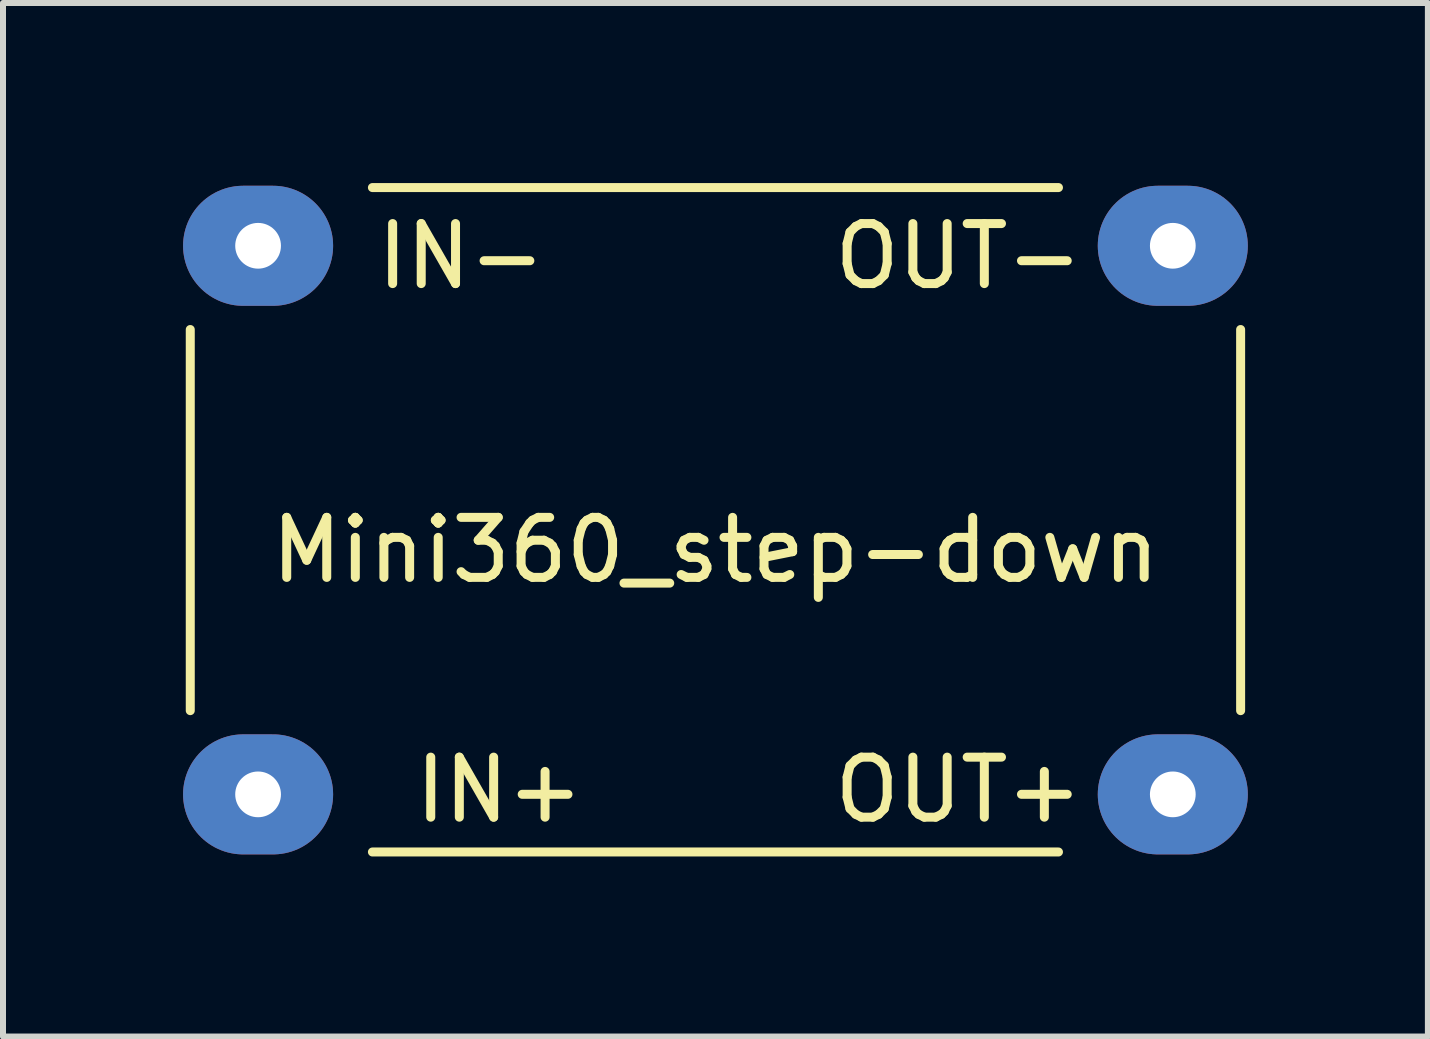
<source format=kicad_pcb>
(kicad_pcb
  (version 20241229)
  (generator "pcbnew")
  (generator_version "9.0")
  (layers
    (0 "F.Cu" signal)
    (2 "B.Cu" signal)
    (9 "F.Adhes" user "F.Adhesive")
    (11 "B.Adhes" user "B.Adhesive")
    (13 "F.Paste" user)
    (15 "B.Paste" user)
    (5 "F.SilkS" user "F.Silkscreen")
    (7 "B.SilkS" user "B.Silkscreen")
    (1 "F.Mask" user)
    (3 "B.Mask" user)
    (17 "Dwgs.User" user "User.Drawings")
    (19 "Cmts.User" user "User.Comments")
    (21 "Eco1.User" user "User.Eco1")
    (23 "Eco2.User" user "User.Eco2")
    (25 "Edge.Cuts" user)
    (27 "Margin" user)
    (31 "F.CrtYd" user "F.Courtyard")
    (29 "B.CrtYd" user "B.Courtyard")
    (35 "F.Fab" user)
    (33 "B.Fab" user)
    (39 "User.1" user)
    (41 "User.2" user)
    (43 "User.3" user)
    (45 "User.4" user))
  (footprint "Mini360_step-down"
    (layer "F.Cu")
    (at 8.87 5.615)
    (property "Reference" "Mini360_step-down" (at 0 0.5 0) (layer "F.SilkS") (effects (font (size 1 1) (thickness 0.15))))
    (attr through_hole)
    (fp_line (start -8.75 -3.175) (end -8.75 3.175) (stroke (width 0.15) (type solid)) (layer "F.SilkS"))
    (fp_line (start -5.715 -5.54) (end 5.715 -5.54) (stroke (width 0.15) (type solid)) (layer "F.SilkS"))
    (fp_line (start 5.715 5.53) (end -5.715 5.53) (stroke (width 0.15) (type solid)) (layer "F.SilkS"))
    (fp_line (start 8.75 3.175) (end 8.75 -3.175) (stroke (width 0.15) (type solid)) (layer "F.SilkS"))
    (fp_text user "IN+" (at -5.08 5.08 0) (unlocked yes) (layer "F.SilkS") (effects (font (size 1 1) (thickness 0.15)) (justify left bottom)))
    (fp_text user "IN-" (at -5.715 -3.81 0) (unlocked yes) (layer "F.SilkS") (effects (font (size 1 1) (thickness 0.15)) (justify left bottom)))
    (fp_text user "OUT-" (at 1.905 -3.81 0) (unlocked yes) (layer "F.SilkS") (effects (font (size 1 1) (thickness 0.15)) (justify left bottom)))
    (fp_text user "OUT+" (at 1.905 5.08 0) (unlocked yes) (layer "F.SilkS") (effects (font (size 1 1) (thickness 0.15)) (justify left bottom)))
    (pad "1" thru_hole oval (at -7.62 -4.57) (size 2.5 2) (drill 0.762) (layers "*.Cu" "*.Mask"))
    (pad "2" thru_hole oval (at -7.62 4.57) (size 2.5 2) (drill 0.762) (layers "*.Cu" "*.Mask"))
    (pad "3" thru_hole oval (at 7.62 -4.57) (size 2.5 2) (drill 0.762) (layers "*.Cu" "*.Mask"))
    (pad "4" thru_hole oval (at 7.62 4.57) (size 2.5 2) (drill 0.762) (layers "*.Cu" "*.Mask")))
  (gr_rect
    (start -3 -3)
    (end 20.74 14.22)
    (stroke (width 0.1) (type default))
    (fill no)
    (layer "Edge.Cuts")))
</source>
